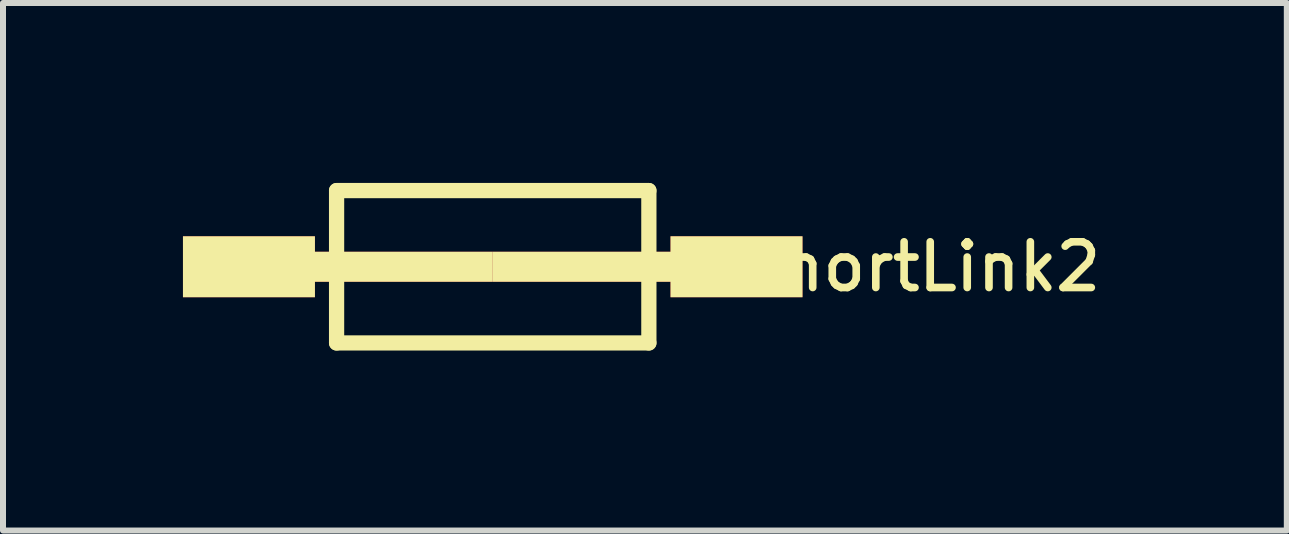
<source format=kicad_pcb>
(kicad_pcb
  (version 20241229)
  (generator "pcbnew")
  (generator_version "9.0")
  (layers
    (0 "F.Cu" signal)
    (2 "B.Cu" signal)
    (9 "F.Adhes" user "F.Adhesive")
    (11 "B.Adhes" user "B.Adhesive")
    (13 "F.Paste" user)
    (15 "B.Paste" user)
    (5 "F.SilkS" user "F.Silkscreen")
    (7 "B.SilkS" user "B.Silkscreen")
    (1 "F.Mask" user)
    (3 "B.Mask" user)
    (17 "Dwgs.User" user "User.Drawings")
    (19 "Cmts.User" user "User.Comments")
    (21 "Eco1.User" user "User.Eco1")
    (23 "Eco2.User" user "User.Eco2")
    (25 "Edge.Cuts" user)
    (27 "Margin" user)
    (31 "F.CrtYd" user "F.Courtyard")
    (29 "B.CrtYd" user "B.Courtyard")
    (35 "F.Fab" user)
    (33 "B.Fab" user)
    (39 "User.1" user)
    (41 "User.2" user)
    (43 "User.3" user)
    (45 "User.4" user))
  (footprint "ShortLink2"
    (layer "F.Cu")
    (at 5.164 1.397)
    (property "Reference" "ShortLink2" (at 7.112 0 0) (layer "F.SilkS") (effects (font (size 0.762 0.762) (thickness 0.127))))
    (attr smd)
    (fp_line (start -2.603 -1.27) (end -2.603 1.27) (stroke (width 0.254) (type solid)) (layer "F.SilkS"))
    (fp_line (start -2.603 1.27) (end 2.603 1.27) (stroke (width 0.254) (type solid)) (layer "F.SilkS"))
    (fp_line (start 2.603 -1.27) (end -2.603 -1.27) (stroke (width 0.254) (type solid)) (layer "F.SilkS"))
    (fp_line (start 2.603 -1.27) (end 2.603 1.27) (stroke (width 0.254) (type solid)) (layer "F.SilkS"))
    (pad "1" smd rect (at -4.064 0) (size 2.2 1.016) (layers "F.Cu" "F.Mask" "F.SilkS" "F.Paste"))
    (pad "1" smd rect (at -1.5 0) (size 3 0.5) (layers "F.Cu" "F.Mask" "F.SilkS" "F.Paste"))
    (pad "1" smd rect (at 1.5 0) (size 3 0.5) (layers "F.Cu" "F.Mask" "F.SilkS" "F.Paste"))
    (pad "1" smd rect (at 4.064 0) (size 2.2 1.016) (layers "F.Cu" "F.Mask" "F.SilkS" "F.Paste")))
  (gr_rect
    (start -3 -3)
    (end 18.402 5.794)
    (stroke (width 0.1) (type default))
    (fill no)
    (layer "Edge.Cuts")))
</source>
